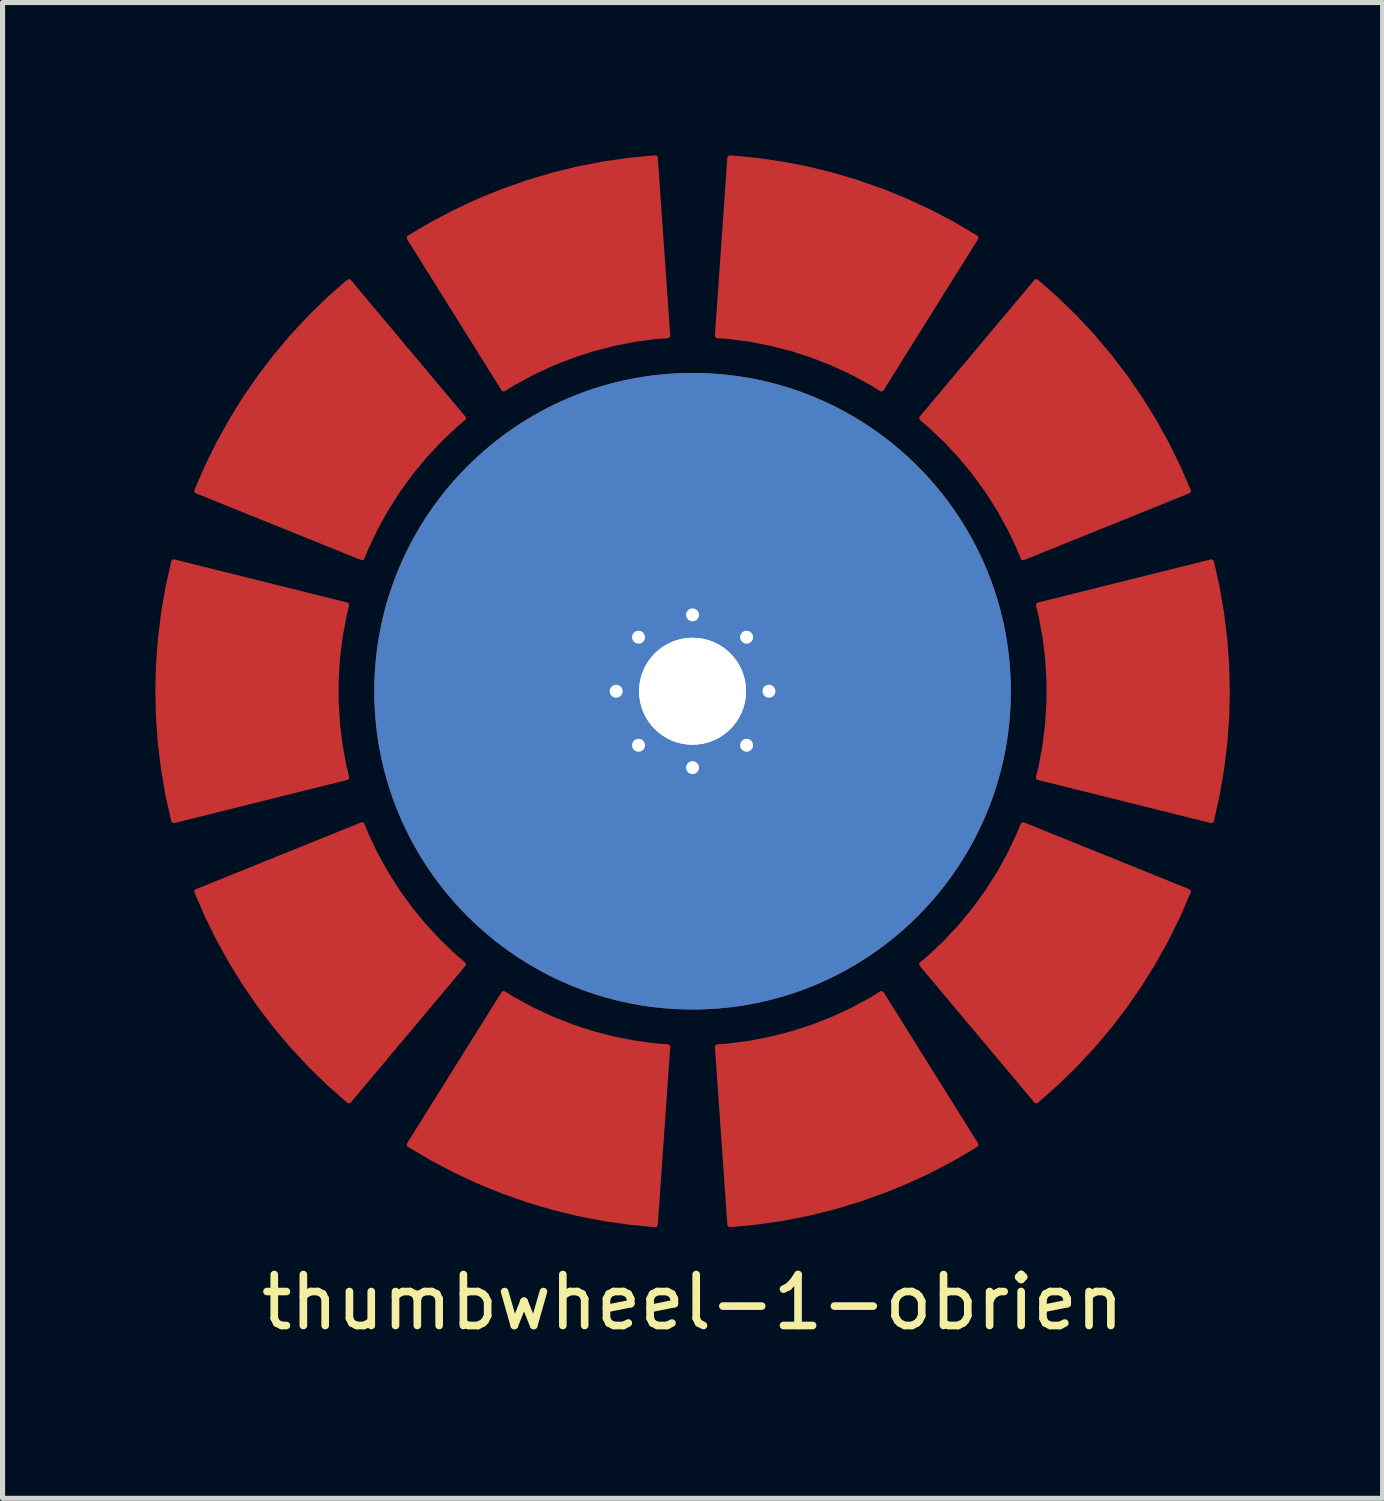
<source format=kicad_pcb>
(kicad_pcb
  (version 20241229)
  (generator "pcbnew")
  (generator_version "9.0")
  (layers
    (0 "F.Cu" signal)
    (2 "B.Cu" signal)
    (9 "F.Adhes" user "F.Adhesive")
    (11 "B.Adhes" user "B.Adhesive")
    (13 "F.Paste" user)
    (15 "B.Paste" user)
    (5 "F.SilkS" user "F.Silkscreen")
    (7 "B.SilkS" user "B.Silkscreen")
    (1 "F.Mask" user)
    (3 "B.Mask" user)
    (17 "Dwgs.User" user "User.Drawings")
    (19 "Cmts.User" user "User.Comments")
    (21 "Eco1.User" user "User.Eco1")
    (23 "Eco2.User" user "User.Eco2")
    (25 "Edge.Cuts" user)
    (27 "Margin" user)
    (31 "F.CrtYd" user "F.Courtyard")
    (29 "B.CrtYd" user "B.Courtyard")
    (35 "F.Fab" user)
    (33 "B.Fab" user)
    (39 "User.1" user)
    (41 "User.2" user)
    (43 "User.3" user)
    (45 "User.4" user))
  (footprint "thumbwheel-1-obrien"
    (layer "F.Cu")
    (at 10.55 10.524)
    (property "Reference" "thumbwheel-1-obrien" (at 0 12 0) (layer "F.SilkS") (effects (font (size 1 1) (thickness 0.15))))
    (attr through_hole)
    (pad "0" smd custom (at 2.704 -8.322 252) (size 3 3) (layers "F.Cu" "F.Mask") (options (anchor circle)) (primitives (gr_line (start -1.481 -2.362) (end 1.929 -1.575) (width 0.1)) (gr_line (start -1.73 0.641) (end 1.763 0.427) (width 0.1)) (gr_line (start -1.748 -0.183) (end 1.751 -0.122) (width 0.1)) (gr_line (start -1.746 0.275) (end 1.752 0.183) (width 0.1)) (gr_line (start -1.635 -1.552) (end 1.827 -1.035) (width 0.1)) (gr_arc (start -1.75 0) (mid -1.671735 -1.279628) (end -1.438105 -2.54018) (width 0.1)) (gr_line (start -1.724 0.732) (end 1.767 0.488) (width 0.1)) (gr_line (start -1.59 -1.823) (end 1.856 -1.216) (width 0.1)) (gr_line (start -1.621 1.643) (end 1.836 1.095) (width 0.1)) (gr_arc (start 1.75 0) (mid 1.802177 -0.853085) (end 1.95793 -1.693453) (width 0.1)) (gr_arc (start 1.95793 1.693453) (mid 1.802177 0.853085) (end 1.75 0) (width 0.1)) (gr_line (start -1.648 -1.461) (end 1.818 -0.974) (width 0.1)) (gr_line (start -1.748 0.183) (end 1.751 0.122) (width 0.1)) (gr_line (start -1.692 -1.098) (end 1.788 -0.732) (width 0.1)) (gr_line (start -1.438 2.54) (end 1.958 1.693) (width 0.1)) (gr_line (start -1.74 -0.458) (end 1.757 -0.305) (width 0.1)) (gr_line (start -1.574 1.913) (end 1.867 1.276) (width 0.1)) (gr_line (start -1.66 1.371) (end 1.81 0.914) (width 0.1)) (gr_line (start -1.683 1.189) (end 1.795 0.792) (width 0.1)) (gr_line (start -1.702 1.006) (end 1.782 0.671) (width 0.1)) (gr_line (start -1.75 -0.092) (end 1.75 -0.061) (width 0.1)) (gr_line (start -1.481 2.362) (end 1.929 1.575) (width 0.1)) (gr_line (start -1.539 -2.093) (end 1.891 -1.396) (width 0.1)) (gr_line (start -1.724 -0.732) (end 1.767 -0.488) (width 0.1)) (gr_line (start -1.718 -0.824) (end 1.772 -0.549) (width 0.1)) (gr_line (start -1.606 1.733) (end 1.846 1.155) (width 0.1)) (gr_line (start -1.648 1.461) (end 1.818 0.974) (width 0.1)) (gr_line (start -1.46 2.451) (end 1.943 1.634) (width 0.1)) (gr_line (start -1.71 0.915) (end 1.777 0.61) (width 0.1)) (gr_line (start -1.71 -0.915) (end 1.777 -0.61) (width 0.1)) (gr_line (start -1.744 -0.366) (end 1.754 -0.244) (width 0.1)) (gr_line (start -1.521 -2.183) (end 1.903 -1.455) (width 0.1)) (gr_line (start -1.746 -0.275) (end 1.752 -0.183) (width 0.1)) (gr_line (start -1.606 -1.733) (end 1.846 -1.155) (width 0.1)) (gr_line (start -1.75 0) (end 1.75 0) (width 0.1)) (gr_line (start -1.438 -2.54) (end 1.958 -1.693) (width 0.1)) (gr_line (start -1.74 0.458) (end 1.757 0.305) (width 0.1)) (gr_line (start -1.683 -1.189) (end 1.795 -0.792) (width 0.1)) (gr_line (start -1.702 -1.006) (end 1.782 -0.671) (width 0.1)) (gr_line (start -1.521 2.183) (end 1.903 1.455) (width 0.1)) (gr_line (start -1.46 -2.451) (end 1.943 -1.634) (width 0.1)) (gr_line (start -1.75 0.092) (end 1.75 0.061) (width 0.1)) (gr_line (start -1.73 -0.641) (end 1.763 -0.427) (width 0.1)) (gr_line (start -1.672 1.28) (end 1.802 0.853) (width 0.1)) (gr_line (start -1.59 1.823) (end 1.856 1.216) (width 0.1)) (gr_line (start -1.557 2.003) (end 1.879 1.336) (width 0.1)) (gr_arc (start -1.438105 2.54018) (mid -1.671734 1.279628) (end -1.75 0) (width 0.1)) (gr_line (start -1.621 -1.643) (end 1.836 -1.095) (width 0.1)) (gr_line (start -1.574 -1.913) (end 1.867 -1.276) (width 0.1)) (gr_line (start -1.692 1.098) (end 1.788 0.732) (width 0.1)) (gr_line (start -1.718 0.824) (end 1.772 0.549) (width 0.1)) (gr_line (start -1.736 0.55) (end 1.76 0.366) (width 0.1)) (gr_line (start -1.672 -1.28) (end 1.802 -0.853) (width 0.1)) (gr_line (start -1.635 1.552) (end 1.827 1.035) (width 0.1)) (gr_line (start -1.501 2.273) (end 1.916 1.515) (width 0.1)) (gr_line (start -1.557 -2.003) (end 1.879 -1.336) (width 0.1)) (gr_line (start -1.736 -0.55) (end 1.76 -0.366) (width 0.1)) (gr_line (start -1.501 -2.273) (end 1.916 -1.515) (width 0.1)) (gr_line (start -1.539 2.093) (end 1.891 1.396) (width 0.1)) (gr_line (start -1.744 0.366) (end 1.754 0.244) (width 0.1)) (gr_line (start -1.66 -1.371) (end 1.81 -0.914) (width 0.1))))
    (pad "1" smd custom (at 7.079 -5.143 216) (size 3 3) (layers "F.Cu" "F.Mask") (options (anchor circle)) (primitives (gr_line (start -1.481 -2.362) (end 1.929 -1.575) (width 0.1)) (gr_line (start -1.73 0.641) (end 1.763 0.427) (width 0.1)) (gr_line (start -1.748 -0.183) (end 1.751 -0.122) (width 0.1)) (gr_line (start -1.746 0.275) (end 1.752 0.183) (width 0.1)) (gr_line (start -1.635 -1.552) (end 1.827 -1.035) (width 0.1)) (gr_arc (start -1.75 0) (mid -1.671735 -1.279628) (end -1.438105 -2.54018) (width 0.1)) (gr_line (start -1.724 0.732) (end 1.767 0.488) (width 0.1)) (gr_line (start -1.59 -1.823) (end 1.856 -1.216) (width 0.1)) (gr_line (start -1.621 1.643) (end 1.836 1.095) (width 0.1)) (gr_arc (start 1.75 0) (mid 1.802177 -0.853085) (end 1.95793 -1.693453) (width 0.1)) (gr_arc (start 1.95793 1.693453) (mid 1.802177 0.853085) (end 1.75 0) (width 0.1)) (gr_line (start -1.648 -1.461) (end 1.818 -0.974) (width 0.1)) (gr_line (start -1.748 0.183) (end 1.751 0.122) (width 0.1)) (gr_line (start -1.692 -1.098) (end 1.788 -0.732) (width 0.1)) (gr_line (start -1.438 2.54) (end 1.958 1.693) (width 0.1)) (gr_line (start -1.74 -0.458) (end 1.757 -0.305) (width 0.1)) (gr_line (start -1.574 1.913) (end 1.867 1.276) (width 0.1)) (gr_line (start -1.66 1.371) (end 1.81 0.914) (width 0.1)) (gr_line (start -1.683 1.189) (end 1.795 0.792) (width 0.1)) (gr_line (start -1.702 1.006) (end 1.782 0.671) (width 0.1)) (gr_line (start -1.75 -0.092) (end 1.75 -0.061) (width 0.1)) (gr_line (start -1.481 2.362) (end 1.929 1.575) (width 0.1)) (gr_line (start -1.539 -2.093) (end 1.891 -1.396) (width 0.1)) (gr_line (start -1.724 -0.732) (end 1.767 -0.488) (width 0.1)) (gr_line (start -1.718 -0.824) (end 1.772 -0.549) (width 0.1)) (gr_line (start -1.606 1.733) (end 1.846 1.155) (width 0.1)) (gr_line (start -1.648 1.461) (end 1.818 0.974) (width 0.1)) (gr_line (start -1.46 2.451) (end 1.943 1.634) (width 0.1)) (gr_line (start -1.71 0.915) (end 1.777 0.61) (width 0.1)) (gr_line (start -1.71 -0.915) (end 1.777 -0.61) (width 0.1)) (gr_line (start -1.744 -0.366) (end 1.754 -0.244) (width 0.1)) (gr_line (start -1.521 -2.183) (end 1.903 -1.455) (width 0.1)) (gr_line (start -1.746 -0.275) (end 1.752 -0.183) (width 0.1)) (gr_line (start -1.606 -1.733) (end 1.846 -1.155) (width 0.1)) (gr_line (start -1.75 0) (end 1.75 0) (width 0.1)) (gr_line (start -1.438 -2.54) (end 1.958 -1.693) (width 0.1)) (gr_line (start -1.74 0.458) (end 1.757 0.305) (width 0.1)) (gr_line (start -1.683 -1.189) (end 1.795 -0.792) (width 0.1)) (gr_line (start -1.702 -1.006) (end 1.782 -0.671) (width 0.1)) (gr_line (start -1.521 2.183) (end 1.903 1.455) (width 0.1)) (gr_line (start -1.46 -2.451) (end 1.943 -1.634) (width 0.1)) (gr_line (start -1.75 0.092) (end 1.75 0.061) (width 0.1)) (gr_line (start -1.73 -0.641) (end 1.763 -0.427) (width 0.1)) (gr_line (start -1.672 1.28) (end 1.802 0.853) (width 0.1)) (gr_line (start -1.59 1.823) (end 1.856 1.216) (width 0.1)) (gr_line (start -1.557 2.003) (end 1.879 1.336) (width 0.1)) (gr_arc (start -1.438105 2.54018) (mid -1.671734 1.279628) (end -1.75 0) (width 0.1)) (gr_line (start -1.621 -1.643) (end 1.836 -1.095) (width 0.1)) (gr_line (start -1.574 -1.913) (end 1.867 -1.276) (width 0.1)) (gr_line (start -1.692 1.098) (end 1.788 0.732) (width 0.1)) (gr_line (start -1.718 0.824) (end 1.772 0.549) (width 0.1)) (gr_line (start -1.736 0.55) (end 1.76 0.366) (width 0.1)) (gr_line (start -1.672 -1.28) (end 1.802 -0.853) (width 0.1)) (gr_line (start -1.635 1.552) (end 1.827 1.035) (width 0.1)) (gr_line (start -1.501 2.273) (end 1.916 1.515) (width 0.1)) (gr_line (start -1.557 -2.003) (end 1.879 -1.336) (width 0.1)) (gr_line (start -1.736 -0.55) (end 1.76 -0.366) (width 0.1)) (gr_line (start -1.501 -2.273) (end 1.916 -1.515) (width 0.1)) (gr_line (start -1.539 2.093) (end 1.891 1.396) (width 0.1)) (gr_line (start -1.744 0.366) (end 1.754 0.244) (width 0.1)) (gr_line (start -1.66 -1.371) (end 1.81 -0.914) (width 0.1))))
    (pad "2" smd custom (at 8.75 0 180) (size 3 3) (layers "F.Cu" "F.Mask") (options (anchor circle)) (primitives (gr_line (start -1.481 -2.362) (end 1.929 -1.575) (width 0.1)) (gr_line (start -1.73 0.641) (end 1.763 0.427) (width 0.1)) (gr_line (start -1.748 -0.183) (end 1.751 -0.122) (width 0.1)) (gr_line (start -1.746 0.275) (end 1.752 0.183) (width 0.1)) (gr_line (start -1.635 -1.552) (end 1.827 -1.035) (width 0.1)) (gr_arc (start -1.75 0) (mid -1.671735 -1.279628) (end -1.438105 -2.54018) (width 0.1)) (gr_line (start -1.724 0.732) (end 1.767 0.488) (width 0.1)) (gr_line (start -1.59 -1.823) (end 1.856 -1.216) (width 0.1)) (gr_line (start -1.621 1.643) (end 1.836 1.095) (width 0.1)) (gr_arc (start 1.75 0) (mid 1.802177 -0.853085) (end 1.95793 -1.693453) (width 0.1)) (gr_arc (start 1.95793 1.693453) (mid 1.802177 0.853085) (end 1.75 0) (width 0.1)) (gr_line (start -1.648 -1.461) (end 1.818 -0.974) (width 0.1)) (gr_line (start -1.748 0.183) (end 1.751 0.122) (width 0.1)) (gr_line (start -1.692 -1.098) (end 1.788 -0.732) (width 0.1)) (gr_line (start -1.438 2.54) (end 1.958 1.693) (width 0.1)) (gr_line (start -1.74 -0.458) (end 1.757 -0.305) (width 0.1)) (gr_line (start -1.574 1.913) (end 1.867 1.276) (width 0.1)) (gr_line (start -1.66 1.371) (end 1.81 0.914) (width 0.1)) (gr_line (start -1.683 1.189) (end 1.795 0.792) (width 0.1)) (gr_line (start -1.702 1.006) (end 1.782 0.671) (width 0.1)) (gr_line (start -1.75 -0.092) (end 1.75 -0.061) (width 0.1)) (gr_line (start -1.481 2.362) (end 1.929 1.575) (width 0.1)) (gr_line (start -1.539 -2.093) (end 1.891 -1.396) (width 0.1)) (gr_line (start -1.724 -0.732) (end 1.767 -0.488) (width 0.1)) (gr_line (start -1.718 -0.824) (end 1.772 -0.549) (width 0.1)) (gr_line (start -1.606 1.733) (end 1.846 1.155) (width 0.1)) (gr_line (start -1.648 1.461) (end 1.818 0.974) (width 0.1)) (gr_line (start -1.46 2.451) (end 1.943 1.634) (width 0.1)) (gr_line (start -1.71 0.915) (end 1.777 0.61) (width 0.1)) (gr_line (start -1.71 -0.915) (end 1.777 -0.61) (width 0.1)) (gr_line (start -1.744 -0.366) (end 1.754 -0.244) (width 0.1)) (gr_line (start -1.521 -2.183) (end 1.903 -1.455) (width 0.1)) (gr_line (start -1.746 -0.275) (end 1.752 -0.183) (width 0.1)) (gr_line (start -1.606 -1.733) (end 1.846 -1.155) (width 0.1)) (gr_line (start -1.75 0) (end 1.75 0) (width 0.1)) (gr_line (start -1.438 -2.54) (end 1.958 -1.693) (width 0.1)) (gr_line (start -1.74 0.458) (end 1.757 0.305) (width 0.1)) (gr_line (start -1.683 -1.189) (end 1.795 -0.792) (width 0.1)) (gr_line (start -1.702 -1.006) (end 1.782 -0.671) (width 0.1)) (gr_line (start -1.521 2.183) (end 1.903 1.455) (width 0.1)) (gr_line (start -1.46 -2.451) (end 1.943 -1.634) (width 0.1)) (gr_line (start -1.75 0.092) (end 1.75 0.061) (width 0.1)) (gr_line (start -1.73 -0.641) (end 1.763 -0.427) (width 0.1)) (gr_line (start -1.672 1.28) (end 1.802 0.853) (width 0.1)) (gr_line (start -1.59 1.823) (end 1.856 1.216) (width 0.1)) (gr_line (start -1.557 2.003) (end 1.879 1.336) (width 0.1)) (gr_arc (start -1.438105 2.54018) (mid -1.671734 1.279628) (end -1.75 0) (width 0.1)) (gr_line (start -1.621 -1.643) (end 1.836 -1.095) (width 0.1)) (gr_line (start -1.574 -1.913) (end 1.867 -1.276) (width 0.1)) (gr_line (start -1.692 1.098) (end 1.788 0.732) (width 0.1)) (gr_line (start -1.718 0.824) (end 1.772 0.549) (width 0.1)) (gr_line (start -1.736 0.55) (end 1.76 0.366) (width 0.1)) (gr_line (start -1.672 -1.28) (end 1.802 -0.853) (width 0.1)) (gr_line (start -1.635 1.552) (end 1.827 1.035) (width 0.1)) (gr_line (start -1.501 2.273) (end 1.916 1.515) (width 0.1)) (gr_line (start -1.557 -2.003) (end 1.879 -1.336) (width 0.1)) (gr_line (start -1.736 -0.55) (end 1.76 -0.366) (width 0.1)) (gr_line (start -1.501 -2.273) (end 1.916 -1.515) (width 0.1)) (gr_line (start -1.539 2.093) (end 1.891 1.396) (width 0.1)) (gr_line (start -1.744 0.366) (end 1.754 0.244) (width 0.1)) (gr_line (start -1.66 -1.371) (end 1.81 -0.914) (width 0.1))))
    (pad "3" smd custom (at 7.079 5.143 144) (size 3 3) (layers "F.Cu" "F.Mask") (options (anchor circle)) (primitives (gr_line (start -1.481 -2.362) (end 1.929 -1.575) (width 0.1)) (gr_line (start -1.73 0.641) (end 1.763 0.427) (width 0.1)) (gr_line (start -1.748 -0.183) (end 1.751 -0.122) (width 0.1)) (gr_line (start -1.746 0.275) (end 1.752 0.183) (width 0.1)) (gr_line (start -1.635 -1.552) (end 1.827 -1.035) (width 0.1)) (gr_arc (start -1.75 0) (mid -1.671735 -1.279628) (end -1.438105 -2.54018) (width 0.1)) (gr_line (start -1.724 0.732) (end 1.767 0.488) (width 0.1)) (gr_line (start -1.59 -1.823) (end 1.856 -1.216) (width 0.1)) (gr_line (start -1.621 1.643) (end 1.836 1.095) (width 0.1)) (gr_arc (start 1.75 0) (mid 1.802177 -0.853085) (end 1.95793 -1.693453) (width 0.1)) (gr_arc (start 1.95793 1.693453) (mid 1.802177 0.853085) (end 1.75 0) (width 0.1)) (gr_line (start -1.648 -1.461) (end 1.818 -0.974) (width 0.1)) (gr_line (start -1.748 0.183) (end 1.751 0.122) (width 0.1)) (gr_line (start -1.692 -1.098) (end 1.788 -0.732) (width 0.1)) (gr_line (start -1.438 2.54) (end 1.958 1.693) (width 0.1)) (gr_line (start -1.74 -0.458) (end 1.757 -0.305) (width 0.1)) (gr_line (start -1.574 1.913) (end 1.867 1.276) (width 0.1)) (gr_line (start -1.66 1.371) (end 1.81 0.914) (width 0.1)) (gr_line (start -1.683 1.189) (end 1.795 0.792) (width 0.1)) (gr_line (start -1.702 1.006) (end 1.782 0.671) (width 0.1)) (gr_line (start -1.75 -0.092) (end 1.75 -0.061) (width 0.1)) (gr_line (start -1.481 2.362) (end 1.929 1.575) (width 0.1)) (gr_line (start -1.539 -2.093) (end 1.891 -1.396) (width 0.1)) (gr_line (start -1.724 -0.732) (end 1.767 -0.488) (width 0.1)) (gr_line (start -1.718 -0.824) (end 1.772 -0.549) (width 0.1)) (gr_line (start -1.606 1.733) (end 1.846 1.155) (width 0.1)) (gr_line (start -1.648 1.461) (end 1.818 0.974) (width 0.1)) (gr_line (start -1.46 2.451) (end 1.943 1.634) (width 0.1)) (gr_line (start -1.71 0.915) (end 1.777 0.61) (width 0.1)) (gr_line (start -1.71 -0.915) (end 1.777 -0.61) (width 0.1)) (gr_line (start -1.744 -0.366) (end 1.754 -0.244) (width 0.1)) (gr_line (start -1.521 -2.183) (end 1.903 -1.455) (width 0.1)) (gr_line (start -1.746 -0.275) (end 1.752 -0.183) (width 0.1)) (gr_line (start -1.606 -1.733) (end 1.846 -1.155) (width 0.1)) (gr_line (start -1.75 0) (end 1.75 0) (width 0.1)) (gr_line (start -1.438 -2.54) (end 1.958 -1.693) (width 0.1)) (gr_line (start -1.74 0.458) (end 1.757 0.305) (width 0.1)) (gr_line (start -1.683 -1.189) (end 1.795 -0.792) (width 0.1)) (gr_line (start -1.702 -1.006) (end 1.782 -0.671) (width 0.1)) (gr_line (start -1.521 2.183) (end 1.903 1.455) (width 0.1)) (gr_line (start -1.46 -2.451) (end 1.943 -1.634) (width 0.1)) (gr_line (start -1.75 0.092) (end 1.75 0.061) (width 0.1)) (gr_line (start -1.73 -0.641) (end 1.763 -0.427) (width 0.1)) (gr_line (start -1.672 1.28) (end 1.802 0.853) (width 0.1)) (gr_line (start -1.59 1.823) (end 1.856 1.216) (width 0.1)) (gr_line (start -1.557 2.003) (end 1.879 1.336) (width 0.1)) (gr_arc (start -1.438105 2.54018) (mid -1.671734 1.279628) (end -1.75 0) (width 0.1)) (gr_line (start -1.621 -1.643) (end 1.836 -1.095) (width 0.1)) (gr_line (start -1.574 -1.913) (end 1.867 -1.276) (width 0.1)) (gr_line (start -1.692 1.098) (end 1.788 0.732) (width 0.1)) (gr_line (start -1.718 0.824) (end 1.772 0.549) (width 0.1)) (gr_line (start -1.736 0.55) (end 1.76 0.366) (width 0.1)) (gr_line (start -1.672 -1.28) (end 1.802 -0.853) (width 0.1)) (gr_line (start -1.635 1.552) (end 1.827 1.035) (width 0.1)) (gr_line (start -1.501 2.273) (end 1.916 1.515) (width 0.1)) (gr_line (start -1.557 -2.003) (end 1.879 -1.336) (width 0.1)) (gr_line (start -1.736 -0.55) (end 1.76 -0.366) (width 0.1)) (gr_line (start -1.501 -2.273) (end 1.916 -1.515) (width 0.1)) (gr_line (start -1.539 2.093) (end 1.891 1.396) (width 0.1)) (gr_line (start -1.744 0.366) (end 1.754 0.244) (width 0.1)) (gr_line (start -1.66 -1.371) (end 1.81 -0.914) (width 0.1))))
    (pad "4" smd custom (at 2.704 8.322 108) (size 3 3) (layers "F.Cu" "F.Mask") (options (anchor circle)) (primitives (gr_line (start -1.481 -2.362) (end 1.929 -1.575) (width 0.1)) (gr_line (start -1.73 0.641) (end 1.763 0.427) (width 0.1)) (gr_line (start -1.748 -0.183) (end 1.751 -0.122) (width 0.1)) (gr_line (start -1.746 0.275) (end 1.752 0.183) (width 0.1)) (gr_line (start -1.635 -1.552) (end 1.827 -1.035) (width 0.1)) (gr_arc (start -1.75 0) (mid -1.671735 -1.279628) (end -1.438105 -2.54018) (width 0.1)) (gr_line (start -1.724 0.732) (end 1.767 0.488) (width 0.1)) (gr_line (start -1.59 -1.823) (end 1.856 -1.216) (width 0.1)) (gr_line (start -1.621 1.643) (end 1.836 1.095) (width 0.1)) (gr_arc (start 1.75 0) (mid 1.802177 -0.853085) (end 1.95793 -1.693453) (width 0.1)) (gr_arc (start 1.95793 1.693453) (mid 1.802177 0.853085) (end 1.75 0) (width 0.1)) (gr_line (start -1.648 -1.461) (end 1.818 -0.974) (width 0.1)) (gr_line (start -1.748 0.183) (end 1.751 0.122) (width 0.1)) (gr_line (start -1.692 -1.098) (end 1.788 -0.732) (width 0.1)) (gr_line (start -1.438 2.54) (end 1.958 1.693) (width 0.1)) (gr_line (start -1.74 -0.458) (end 1.757 -0.305) (width 0.1)) (gr_line (start -1.574 1.913) (end 1.867 1.276) (width 0.1)) (gr_line (start -1.66 1.371) (end 1.81 0.914) (width 0.1)) (gr_line (start -1.683 1.189) (end 1.795 0.792) (width 0.1)) (gr_line (start -1.702 1.006) (end 1.782 0.671) (width 0.1)) (gr_line (start -1.75 -0.092) (end 1.75 -0.061) (width 0.1)) (gr_line (start -1.481 2.362) (end 1.929 1.575) (width 0.1)) (gr_line (start -1.539 -2.093) (end 1.891 -1.396) (width 0.1)) (gr_line (start -1.724 -0.732) (end 1.767 -0.488) (width 0.1)) (gr_line (start -1.718 -0.824) (end 1.772 -0.549) (width 0.1)) (gr_line (start -1.606 1.733) (end 1.846 1.155) (width 0.1)) (gr_line (start -1.648 1.461) (end 1.818 0.974) (width 0.1)) (gr_line (start -1.46 2.451) (end 1.943 1.634) (width 0.1)) (gr_line (start -1.71 0.915) (end 1.777 0.61) (width 0.1)) (gr_line (start -1.71 -0.915) (end 1.777 -0.61) (width 0.1)) (gr_line (start -1.744 -0.366) (end 1.754 -0.244) (width 0.1)) (gr_line (start -1.521 -2.183) (end 1.903 -1.455) (width 0.1)) (gr_line (start -1.746 -0.275) (end 1.752 -0.183) (width 0.1)) (gr_line (start -1.606 -1.733) (end 1.846 -1.155) (width 0.1)) (gr_line (start -1.75 0) (end 1.75 0) (width 0.1)) (gr_line (start -1.438 -2.54) (end 1.958 -1.693) (width 0.1)) (gr_line (start -1.74 0.458) (end 1.757 0.305) (width 0.1)) (gr_line (start -1.683 -1.189) (end 1.795 -0.792) (width 0.1)) (gr_line (start -1.702 -1.006) (end 1.782 -0.671) (width 0.1)) (gr_line (start -1.521 2.183) (end 1.903 1.455) (width 0.1)) (gr_line (start -1.46 -2.451) (end 1.943 -1.634) (width 0.1)) (gr_line (start -1.75 0.092) (end 1.75 0.061) (width 0.1)) (gr_line (start -1.73 -0.641) (end 1.763 -0.427) (width 0.1)) (gr_line (start -1.672 1.28) (end 1.802 0.853) (width 0.1)) (gr_line (start -1.59 1.823) (end 1.856 1.216) (width 0.1)) (gr_line (start -1.557 2.003) (end 1.879 1.336) (width 0.1)) (gr_arc (start -1.438105 2.54018) (mid -1.671734 1.279628) (end -1.75 0) (width 0.1)) (gr_line (start -1.621 -1.643) (end 1.836 -1.095) (width 0.1)) (gr_line (start -1.574 -1.913) (end 1.867 -1.276) (width 0.1)) (gr_line (start -1.692 1.098) (end 1.788 0.732) (width 0.1)) (gr_line (start -1.718 0.824) (end 1.772 0.549) (width 0.1)) (gr_line (start -1.736 0.55) (end 1.76 0.366) (width 0.1)) (gr_line (start -1.672 -1.28) (end 1.802 -0.853) (width 0.1)) (gr_line (start -1.635 1.552) (end 1.827 1.035) (width 0.1)) (gr_line (start -1.501 2.273) (end 1.916 1.515) (width 0.1)) (gr_line (start -1.557 -2.003) (end 1.879 -1.336) (width 0.1)) (gr_line (start -1.736 -0.55) (end 1.76 -0.366) (width 0.1)) (gr_line (start -1.501 -2.273) (end 1.916 -1.515) (width 0.1)) (gr_line (start -1.539 2.093) (end 1.891 1.396) (width 0.1)) (gr_line (start -1.744 0.366) (end 1.754 0.244) (width 0.1)) (gr_line (start -1.66 -1.371) (end 1.81 -0.914) (width 0.1))))
    (pad "5" smd custom (at -2.704 8.322 72) (size 3 3) (layers "F.Cu" "F.Mask") (options (anchor circle)) (primitives (gr_line (start -1.481 -2.362) (end 1.929 -1.575) (width 0.1)) (gr_line (start -1.73 0.641) (end 1.763 0.427) (width 0.1)) (gr_line (start -1.748 -0.183) (end 1.751 -0.122) (width 0.1)) (gr_line (start -1.746 0.275) (end 1.752 0.183) (width 0.1)) (gr_line (start -1.635 -1.552) (end 1.827 -1.035) (width 0.1)) (gr_arc (start -1.75 0) (mid -1.671735 -1.279628) (end -1.438105 -2.54018) (width 0.1)) (gr_line (start -1.724 0.732) (end 1.767 0.488) (width 0.1)) (gr_line (start -1.59 -1.823) (end 1.856 -1.216) (width 0.1)) (gr_line (start -1.621 1.643) (end 1.836 1.095) (width 0.1)) (gr_arc (start 1.75 0) (mid 1.802177 -0.853085) (end 1.95793 -1.693453) (width 0.1)) (gr_arc (start 1.95793 1.693453) (mid 1.802177 0.853085) (end 1.75 0) (width 0.1)) (gr_line (start -1.648 -1.461) (end 1.818 -0.974) (width 0.1)) (gr_line (start -1.748 0.183) (end 1.751 0.122) (width 0.1)) (gr_line (start -1.692 -1.098) (end 1.788 -0.732) (width 0.1)) (gr_line (start -1.438 2.54) (end 1.958 1.693) (width 0.1)) (gr_line (start -1.74 -0.458) (end 1.757 -0.305) (width 0.1)) (gr_line (start -1.574 1.913) (end 1.867 1.276) (width 0.1)) (gr_line (start -1.66 1.371) (end 1.81 0.914) (width 0.1)) (gr_line (start -1.683 1.189) (end 1.795 0.792) (width 0.1)) (gr_line (start -1.702 1.006) (end 1.782 0.671) (width 0.1)) (gr_line (start -1.75 -0.092) (end 1.75 -0.061) (width 0.1)) (gr_line (start -1.481 2.362) (end 1.929 1.575) (width 0.1)) (gr_line (start -1.539 -2.093) (end 1.891 -1.396) (width 0.1)) (gr_line (start -1.724 -0.732) (end 1.767 -0.488) (width 0.1)) (gr_line (start -1.718 -0.824) (end 1.772 -0.549) (width 0.1)) (gr_line (start -1.606 1.733) (end 1.846 1.155) (width 0.1)) (gr_line (start -1.648 1.461) (end 1.818 0.974) (width 0.1)) (gr_line (start -1.46 2.451) (end 1.943 1.634) (width 0.1)) (gr_line (start -1.71 0.915) (end 1.777 0.61) (width 0.1)) (gr_line (start -1.71 -0.915) (end 1.777 -0.61) (width 0.1)) (gr_line (start -1.744 -0.366) (end 1.754 -0.244) (width 0.1)) (gr_line (start -1.521 -2.183) (end 1.903 -1.455) (width 0.1)) (gr_line (start -1.746 -0.275) (end 1.752 -0.183) (width 0.1)) (gr_line (start -1.606 -1.733) (end 1.846 -1.155) (width 0.1)) (gr_line (start -1.75 0) (end 1.75 0) (width 0.1)) (gr_line (start -1.438 -2.54) (end 1.958 -1.693) (width 0.1)) (gr_line (start -1.74 0.458) (end 1.757 0.305) (width 0.1)) (gr_line (start -1.683 -1.189) (end 1.795 -0.792) (width 0.1)) (gr_line (start -1.702 -1.006) (end 1.782 -0.671) (width 0.1)) (gr_line (start -1.521 2.183) (end 1.903 1.455) (width 0.1)) (gr_line (start -1.46 -2.451) (end 1.943 -1.634) (width 0.1)) (gr_line (start -1.75 0.092) (end 1.75 0.061) (width 0.1)) (gr_line (start -1.73 -0.641) (end 1.763 -0.427) (width 0.1)) (gr_line (start -1.672 1.28) (end 1.802 0.853) (width 0.1)) (gr_line (start -1.59 1.823) (end 1.856 1.216) (width 0.1)) (gr_line (start -1.557 2.003) (end 1.879 1.336) (width 0.1)) (gr_arc (start -1.438105 2.54018) (mid -1.671734 1.279628) (end -1.75 0) (width 0.1)) (gr_line (start -1.621 -1.643) (end 1.836 -1.095) (width 0.1)) (gr_line (start -1.574 -1.913) (end 1.867 -1.276) (width 0.1)) (gr_line (start -1.692 1.098) (end 1.788 0.732) (width 0.1)) (gr_line (start -1.718 0.824) (end 1.772 0.549) (width 0.1)) (gr_line (start -1.736 0.55) (end 1.76 0.366) (width 0.1)) (gr_line (start -1.672 -1.28) (end 1.802 -0.853) (width 0.1)) (gr_line (start -1.635 1.552) (end 1.827 1.035) (width 0.1)) (gr_line (start -1.501 2.273) (end 1.916 1.515) (width 0.1)) (gr_line (start -1.557 -2.003) (end 1.879 -1.336) (width 0.1)) (gr_line (start -1.736 -0.55) (end 1.76 -0.366) (width 0.1)) (gr_line (start -1.501 -2.273) (end 1.916 -1.515) (width 0.1)) (gr_line (start -1.539 2.093) (end 1.891 1.396) (width 0.1)) (gr_line (start -1.744 0.366) (end 1.754 0.244) (width 0.1)) (gr_line (start -1.66 -1.371) (end 1.81 -0.914) (width 0.1))))
    (pad "6" smd custom (at -7.079 5.143 36) (size 3 3) (layers "F.Cu" "F.Mask") (options (anchor circle)) (primitives (gr_line (start -1.481 -2.362) (end 1.929 -1.575) (width 0.1)) (gr_line (start -1.73 0.641) (end 1.763 0.427) (width 0.1)) (gr_line (start -1.748 -0.183) (end 1.751 -0.122) (width 0.1)) (gr_line (start -1.746 0.275) (end 1.752 0.183) (width 0.1)) (gr_line (start -1.635 -1.552) (end 1.827 -1.035) (width 0.1)) (gr_arc (start -1.75 0) (mid -1.671735 -1.279628) (end -1.438105 -2.54018) (width 0.1)) (gr_line (start -1.724 0.732) (end 1.767 0.488) (width 0.1)) (gr_line (start -1.59 -1.823) (end 1.856 -1.216) (width 0.1)) (gr_line (start -1.621 1.643) (end 1.836 1.095) (width 0.1)) (gr_arc (start 1.75 0) (mid 1.802177 -0.853085) (end 1.95793 -1.693453) (width 0.1)) (gr_arc (start 1.95793 1.693453) (mid 1.802177 0.853085) (end 1.75 0) (width 0.1)) (gr_line (start -1.648 -1.461) (end 1.818 -0.974) (width 0.1)) (gr_line (start -1.748 0.183) (end 1.751 0.122) (width 0.1)) (gr_line (start -1.692 -1.098) (end 1.788 -0.732) (width 0.1)) (gr_line (start -1.438 2.54) (end 1.958 1.693) (width 0.1)) (gr_line (start -1.74 -0.458) (end 1.757 -0.305) (width 0.1)) (gr_line (start -1.574 1.913) (end 1.867 1.276) (width 0.1)) (gr_line (start -1.66 1.371) (end 1.81 0.914) (width 0.1)) (gr_line (start -1.683 1.189) (end 1.795 0.792) (width 0.1)) (gr_line (start -1.702 1.006) (end 1.782 0.671) (width 0.1)) (gr_line (start -1.75 -0.092) (end 1.75 -0.061) (width 0.1)) (gr_line (start -1.481 2.362) (end 1.929 1.575) (width 0.1)) (gr_line (start -1.539 -2.093) (end 1.891 -1.396) (width 0.1)) (gr_line (start -1.724 -0.732) (end 1.767 -0.488) (width 0.1)) (gr_line (start -1.718 -0.824) (end 1.772 -0.549) (width 0.1)) (gr_line (start -1.606 1.733) (end 1.846 1.155) (width 0.1)) (gr_line (start -1.648 1.461) (end 1.818 0.974) (width 0.1)) (gr_line (start -1.46 2.451) (end 1.943 1.634) (width 0.1)) (gr_line (start -1.71 0.915) (end 1.777 0.61) (width 0.1)) (gr_line (start -1.71 -0.915) (end 1.777 -0.61) (width 0.1)) (gr_line (start -1.744 -0.366) (end 1.754 -0.244) (width 0.1)) (gr_line (start -1.521 -2.183) (end 1.903 -1.455) (width 0.1)) (gr_line (start -1.746 -0.275) (end 1.752 -0.183) (width 0.1)) (gr_line (start -1.606 -1.733) (end 1.846 -1.155) (width 0.1)) (gr_line (start -1.75 0) (end 1.75 0) (width 0.1)) (gr_line (start -1.438 -2.54) (end 1.958 -1.693) (width 0.1)) (gr_line (start -1.74 0.458) (end 1.757 0.305) (width 0.1)) (gr_line (start -1.683 -1.189) (end 1.795 -0.792) (width 0.1)) (gr_line (start -1.702 -1.006) (end 1.782 -0.671) (width 0.1)) (gr_line (start -1.521 2.183) (end 1.903 1.455) (width 0.1)) (gr_line (start -1.46 -2.451) (end 1.943 -1.634) (width 0.1)) (gr_line (start -1.75 0.092) (end 1.75 0.061) (width 0.1)) (gr_line (start -1.73 -0.641) (end 1.763 -0.427) (width 0.1)) (gr_line (start -1.672 1.28) (end 1.802 0.853) (width 0.1)) (gr_line (start -1.59 1.823) (end 1.856 1.216) (width 0.1)) (gr_line (start -1.557 2.003) (end 1.879 1.336) (width 0.1)) (gr_arc (start -1.438105 2.54018) (mid -1.671734 1.279628) (end -1.75 0) (width 0.1)) (gr_line (start -1.621 -1.643) (end 1.836 -1.095) (width 0.1)) (gr_line (start -1.574 -1.913) (end 1.867 -1.276) (width 0.1)) (gr_line (start -1.692 1.098) (end 1.788 0.732) (width 0.1)) (gr_line (start -1.718 0.824) (end 1.772 0.549) (width 0.1)) (gr_line (start -1.736 0.55) (end 1.76 0.366) (width 0.1)) (gr_line (start -1.672 -1.28) (end 1.802 -0.853) (width 0.1)) (gr_line (start -1.635 1.552) (end 1.827 1.035) (width 0.1)) (gr_line (start -1.501 2.273) (end 1.916 1.515) (width 0.1)) (gr_line (start -1.557 -2.003) (end 1.879 -1.336) (width 0.1)) (gr_line (start -1.736 -0.55) (end 1.76 -0.366) (width 0.1)) (gr_line (start -1.501 -2.273) (end 1.916 -1.515) (width 0.1)) (gr_line (start -1.539 2.093) (end 1.891 1.396) (width 0.1)) (gr_line (start -1.744 0.366) (end 1.754 0.244) (width 0.1)) (gr_line (start -1.66 -1.371) (end 1.81 -0.914) (width 0.1))))
    (pad "7" smd custom (at -8.75 0) (size 3 3) (layers "F.Cu" "F.Mask") (options (anchor circle)) (primitives (gr_line (start -1.481 -2.362) (end 1.929 -1.575) (width 0.1)) (gr_line (start -1.73 0.641) (end 1.763 0.427) (width 0.1)) (gr_line (start -1.748 -0.183) (end 1.751 -0.122) (width 0.1)) (gr_line (start -1.746 0.275) (end 1.752 0.183) (width 0.1)) (gr_line (start -1.635 -1.552) (end 1.827 -1.035) (width 0.1)) (gr_arc (start -1.75 0) (mid -1.671735 -1.279628) (end -1.438105 -2.54018) (width 0.1)) (gr_line (start -1.724 0.732) (end 1.767 0.488) (width 0.1)) (gr_line (start -1.59 -1.823) (end 1.856 -1.216) (width 0.1)) (gr_line (start -1.621 1.643) (end 1.836 1.095) (width 0.1)) (gr_arc (start 1.75 0) (mid 1.802177 -0.853085) (end 1.95793 -1.693453) (width 0.1)) (gr_arc (start 1.95793 1.693453) (mid 1.802177 0.853085) (end 1.75 0) (width 0.1)) (gr_line (start -1.648 -1.461) (end 1.818 -0.974) (width 0.1)) (gr_line (start -1.748 0.183) (end 1.751 0.122) (width 0.1)) (gr_line (start -1.692 -1.098) (end 1.788 -0.732) (width 0.1)) (gr_line (start -1.438 2.54) (end 1.958 1.693) (width 0.1)) (gr_line (start -1.74 -0.458) (end 1.757 -0.305) (width 0.1)) (gr_line (start -1.574 1.913) (end 1.867 1.276) (width 0.1)) (gr_line (start -1.66 1.371) (end 1.81 0.914) (width 0.1)) (gr_line (start -1.683 1.189) (end 1.795 0.792) (width 0.1)) (gr_line (start -1.702 1.006) (end 1.782 0.671) (width 0.1)) (gr_line (start -1.75 -0.092) (end 1.75 -0.061) (width 0.1)) (gr_line (start -1.481 2.362) (end 1.929 1.575) (width 0.1)) (gr_line (start -1.539 -2.093) (end 1.891 -1.396) (width 0.1)) (gr_line (start -1.724 -0.732) (end 1.767 -0.488) (width 0.1)) (gr_line (start -1.718 -0.824) (end 1.772 -0.549) (width 0.1)) (gr_line (start -1.606 1.733) (end 1.846 1.155) (width 0.1)) (gr_line (start -1.648 1.461) (end 1.818 0.974) (width 0.1)) (gr_line (start -1.46 2.451) (end 1.943 1.634) (width 0.1)) (gr_line (start -1.71 0.915) (end 1.777 0.61) (width 0.1)) (gr_line (start -1.71 -0.915) (end 1.777 -0.61) (width 0.1)) (gr_line (start -1.744 -0.366) (end 1.754 -0.244) (width 0.1)) (gr_line (start -1.521 -2.183) (end 1.903 -1.455) (width 0.1)) (gr_line (start -1.746 -0.275) (end 1.752 -0.183) (width 0.1)) (gr_line (start -1.606 -1.733) (end 1.846 -1.155) (width 0.1)) (gr_line (start -1.75 0) (end 1.75 0) (width 0.1)) (gr_line (start -1.438 -2.54) (end 1.958 -1.693) (width 0.1)) (gr_line (start -1.74 0.458) (end 1.757 0.305) (width 0.1)) (gr_line (start -1.683 -1.189) (end 1.795 -0.792) (width 0.1)) (gr_line (start -1.702 -1.006) (end 1.782 -0.671) (width 0.1)) (gr_line (start -1.521 2.183) (end 1.903 1.455) (width 0.1)) (gr_line (start -1.46 -2.451) (end 1.943 -1.634) (width 0.1)) (gr_line (start -1.75 0.092) (end 1.75 0.061) (width 0.1)) (gr_line (start -1.73 -0.641) (end 1.763 -0.427) (width 0.1)) (gr_line (start -1.672 1.28) (end 1.802 0.853) (width 0.1)) (gr_line (start -1.59 1.823) (end 1.856 1.216) (width 0.1)) (gr_line (start -1.557 2.003) (end 1.879 1.336) (width 0.1)) (gr_arc (start -1.438105 2.54018) (mid -1.671734 1.279628) (end -1.75 0) (width 0.1)) (gr_line (start -1.621 -1.643) (end 1.836 -1.095) (width 0.1)) (gr_line (start -1.574 -1.913) (end 1.867 -1.276) (width 0.1)) (gr_line (start -1.692 1.098) (end 1.788 0.732) (width 0.1)) (gr_line (start -1.718 0.824) (end 1.772 0.549) (width 0.1)) (gr_line (start -1.736 0.55) (end 1.76 0.366) (width 0.1)) (gr_line (start -1.672 -1.28) (end 1.802 -0.853) (width 0.1)) (gr_line (start -1.635 1.552) (end 1.827 1.035) (width 0.1)) (gr_line (start -1.501 2.273) (end 1.916 1.515) (width 0.1)) (gr_line (start -1.557 -2.003) (end 1.879 -1.336) (width 0.1)) (gr_line (start -1.736 -0.55) (end 1.76 -0.366) (width 0.1)) (gr_line (start -1.501 -2.273) (end 1.916 -1.515) (width 0.1)) (gr_line (start -1.539 2.093) (end 1.891 1.396) (width 0.1)) (gr_line (start -1.744 0.366) (end 1.754 0.244) (width 0.1)) (gr_line (start -1.66 -1.371) (end 1.81 -0.914) (width 0.1))))
    (pad "8" smd custom (at -7.079 -5.143 324) (size 3 3) (layers "F.Cu" "F.Mask") (options (anchor circle)) (primitives (gr_line (start -1.481 -2.362) (end 1.929 -1.575) (width 0.1)) (gr_line (start -1.73 0.641) (end 1.763 0.427) (width 0.1)) (gr_line (start -1.748 -0.183) (end 1.751 -0.122) (width 0.1)) (gr_line (start -1.746 0.275) (end 1.752 0.183) (width 0.1)) (gr_line (start -1.635 -1.552) (end 1.827 -1.035) (width 0.1)) (gr_arc (start -1.75 0) (mid -1.671735 -1.279628) (end -1.438105 -2.54018) (width 0.1)) (gr_line (start -1.724 0.732) (end 1.767 0.488) (width 0.1)) (gr_line (start -1.59 -1.823) (end 1.856 -1.216) (width 0.1)) (gr_line (start -1.621 1.643) (end 1.836 1.095) (width 0.1)) (gr_arc (start 1.75 0) (mid 1.802177 -0.853085) (end 1.95793 -1.693453) (width 0.1)) (gr_arc (start 1.95793 1.693453) (mid 1.802177 0.853085) (end 1.75 0) (width 0.1)) (gr_line (start -1.648 -1.461) (end 1.818 -0.974) (width 0.1)) (gr_line (start -1.748 0.183) (end 1.751 0.122) (width 0.1)) (gr_line (start -1.692 -1.098) (end 1.788 -0.732) (width 0.1)) (gr_line (start -1.438 2.54) (end 1.958 1.693) (width 0.1)) (gr_line (start -1.74 -0.458) (end 1.757 -0.305) (width 0.1)) (gr_line (start -1.574 1.913) (end 1.867 1.276) (width 0.1)) (gr_line (start -1.66 1.371) (end 1.81 0.914) (width 0.1)) (gr_line (start -1.683 1.189) (end 1.795 0.792) (width 0.1)) (gr_line (start -1.702 1.006) (end 1.782 0.671) (width 0.1)) (gr_line (start -1.75 -0.092) (end 1.75 -0.061) (width 0.1)) (gr_line (start -1.481 2.362) (end 1.929 1.575) (width 0.1)) (gr_line (start -1.539 -2.093) (end 1.891 -1.396) (width 0.1)) (gr_line (start -1.724 -0.732) (end 1.767 -0.488) (width 0.1)) (gr_line (start -1.718 -0.824) (end 1.772 -0.549) (width 0.1)) (gr_line (start -1.606 1.733) (end 1.846 1.155) (width 0.1)) (gr_line (start -1.648 1.461) (end 1.818 0.974) (width 0.1)) (gr_line (start -1.46 2.451) (end 1.943 1.634) (width 0.1)) (gr_line (start -1.71 0.915) (end 1.777 0.61) (width 0.1)) (gr_line (start -1.71 -0.915) (end 1.777 -0.61) (width 0.1)) (gr_line (start -1.744 -0.366) (end 1.754 -0.244) (width 0.1)) (gr_line (start -1.521 -2.183) (end 1.903 -1.455) (width 0.1)) (gr_line (start -1.746 -0.275) (end 1.752 -0.183) (width 0.1)) (gr_line (start -1.606 -1.733) (end 1.846 -1.155) (width 0.1)) (gr_line (start -1.75 0) (end 1.75 0) (width 0.1)) (gr_line (start -1.438 -2.54) (end 1.958 -1.693) (width 0.1)) (gr_line (start -1.74 0.458) (end 1.757 0.305) (width 0.1)) (gr_line (start -1.683 -1.189) (end 1.795 -0.792) (width 0.1)) (gr_line (start -1.702 -1.006) (end 1.782 -0.671) (width 0.1)) (gr_line (start -1.521 2.183) (end 1.903 1.455) (width 0.1)) (gr_line (start -1.46 -2.451) (end 1.943 -1.634) (width 0.1)) (gr_line (start -1.75 0.092) (end 1.75 0.061) (width 0.1)) (gr_line (start -1.73 -0.641) (end 1.763 -0.427) (width 0.1)) (gr_line (start -1.672 1.28) (end 1.802 0.853) (width 0.1)) (gr_line (start -1.59 1.823) (end 1.856 1.216) (width 0.1)) (gr_line (start -1.557 2.003) (end 1.879 1.336) (width 0.1)) (gr_arc (start -1.438105 2.54018) (mid -1.671734 1.279628) (end -1.75 0) (width 0.1)) (gr_line (start -1.621 -1.643) (end 1.836 -1.095) (width 0.1)) (gr_line (start -1.574 -1.913) (end 1.867 -1.276) (width 0.1)) (gr_line (start -1.692 1.098) (end 1.788 0.732) (width 0.1)) (gr_line (start -1.718 0.824) (end 1.772 0.549) (width 0.1)) (gr_line (start -1.736 0.55) (end 1.76 0.366) (width 0.1)) (gr_line (start -1.672 -1.28) (end 1.802 -0.853) (width 0.1)) (gr_line (start -1.635 1.552) (end 1.827 1.035) (width 0.1)) (gr_line (start -1.501 2.273) (end 1.916 1.515) (width 0.1)) (gr_line (start -1.557 -2.003) (end 1.879 -1.336) (width 0.1)) (gr_line (start -1.736 -0.55) (end 1.76 -0.366) (width 0.1)) (gr_line (start -1.501 -2.273) (end 1.916 -1.515) (width 0.1)) (gr_line (start -1.539 2.093) (end 1.891 1.396) (width 0.1)) (gr_line (start -1.744 0.366) (end 1.754 0.244) (width 0.1)) (gr_line (start -1.66 -1.371) (end 1.81 -0.914) (width 0.1))))
    (pad "9" smd custom (at -2.704 -8.322 288) (size 3 3) (layers "F.Cu" "F.Mask") (options (anchor circle)) (primitives (gr_line (start -1.481 -2.362) (end 1.929 -1.575) (width 0.1)) (gr_line (start -1.73 0.641) (end 1.763 0.427) (width 0.1)) (gr_line (start -1.748 -0.183) (end 1.751 -0.122) (width 0.1)) (gr_line (start -1.746 0.275) (end 1.752 0.183) (width 0.1)) (gr_line (start -1.635 -1.552) (end 1.827 -1.035) (width 0.1)) (gr_arc (start -1.75 0) (mid -1.671735 -1.279628) (end -1.438105 -2.54018) (width 0.1)) (gr_line (start -1.724 0.732) (end 1.767 0.488) (width 0.1)) (gr_line (start -1.59 -1.823) (end 1.856 -1.216) (width 0.1)) (gr_line (start -1.621 1.643) (end 1.836 1.095) (width 0.1)) (gr_arc (start 1.75 0) (mid 1.802177 -0.853085) (end 1.95793 -1.693453) (width 0.1)) (gr_arc (start 1.95793 1.693453) (mid 1.802177 0.853085) (end 1.75 0) (width 0.1)) (gr_line (start -1.648 -1.461) (end 1.818 -0.974) (width 0.1)) (gr_line (start -1.748 0.183) (end 1.751 0.122) (width 0.1)) (gr_line (start -1.692 -1.098) (end 1.788 -0.732) (width 0.1)) (gr_line (start -1.438 2.54) (end 1.958 1.693) (width 0.1)) (gr_line (start -1.74 -0.458) (end 1.757 -0.305) (width 0.1)) (gr_line (start -1.574 1.913) (end 1.867 1.276) (width 0.1)) (gr_line (start -1.66 1.371) (end 1.81 0.914) (width 0.1)) (gr_line (start -1.683 1.189) (end 1.795 0.792) (width 0.1)) (gr_line (start -1.702 1.006) (end 1.782 0.671) (width 0.1)) (gr_line (start -1.75 -0.092) (end 1.75 -0.061) (width 0.1)) (gr_line (start -1.481 2.362) (end 1.929 1.575) (width 0.1)) (gr_line (start -1.539 -2.093) (end 1.891 -1.396) (width 0.1)) (gr_line (start -1.724 -0.732) (end 1.767 -0.488) (width 0.1)) (gr_line (start -1.718 -0.824) (end 1.772 -0.549) (width 0.1)) (gr_line (start -1.606 1.733) (end 1.846 1.155) (width 0.1)) (gr_line (start -1.648 1.461) (end 1.818 0.974) (width 0.1)) (gr_line (start -1.46 2.451) (end 1.943 1.634) (width 0.1)) (gr_line (start -1.71 0.915) (end 1.777 0.61) (width 0.1)) (gr_line (start -1.71 -0.915) (end 1.777 -0.61) (width 0.1)) (gr_line (start -1.744 -0.366) (end 1.754 -0.244) (width 0.1)) (gr_line (start -1.521 -2.183) (end 1.903 -1.455) (width 0.1)) (gr_line (start -1.746 -0.275) (end 1.752 -0.183) (width 0.1)) (gr_line (start -1.606 -1.733) (end 1.846 -1.155) (width 0.1)) (gr_line (start -1.75 0) (end 1.75 0) (width 0.1)) (gr_line (start -1.438 -2.54) (end 1.958 -1.693) (width 0.1)) (gr_line (start -1.74 0.458) (end 1.757 0.305) (width 0.1)) (gr_line (start -1.683 -1.189) (end 1.795 -0.792) (width 0.1)) (gr_line (start -1.702 -1.006) (end 1.782 -0.671) (width 0.1)) (gr_line (start -1.521 2.183) (end 1.903 1.455) (width 0.1)) (gr_line (start -1.46 -2.451) (end 1.943 -1.634) (width 0.1)) (gr_line (start -1.75 0.092) (end 1.75 0.061) (width 0.1)) (gr_line (start -1.73 -0.641) (end 1.763 -0.427) (width 0.1)) (gr_line (start -1.672 1.28) (end 1.802 0.853) (width 0.1)) (gr_line (start -1.59 1.823) (end 1.856 1.216) (width 0.1)) (gr_line (start -1.557 2.003) (end 1.879 1.336) (width 0.1)) (gr_arc (start -1.438105 2.54018) (mid -1.671734 1.279628) (end -1.75 0) (width 0.1)) (gr_line (start -1.621 -1.643) (end 1.836 -1.095) (width 0.1)) (gr_line (start -1.574 -1.913) (end 1.867 -1.276) (width 0.1)) (gr_line (start -1.692 1.098) (end 1.788 0.732) (width 0.1)) (gr_line (start -1.718 0.824) (end 1.772 0.549) (width 0.1)) (gr_line (start -1.736 0.55) (end 1.76 0.366) (width 0.1)) (gr_line (start -1.672 -1.28) (end 1.802 -0.853) (width 0.1)) (gr_line (start -1.635 1.552) (end 1.827 1.035) (width 0.1)) (gr_line (start -1.501 2.273) (end 1.916 1.515) (width 0.1)) (gr_line (start -1.557 -2.003) (end 1.879 -1.336) (width 0.1)) (gr_line (start -1.736 -0.55) (end 1.76 -0.366) (width 0.1)) (gr_line (start -1.501 -2.273) (end 1.916 -1.515) (width 0.1)) (gr_line (start -1.539 2.093) (end 1.891 1.396) (width 0.1)) (gr_line (start -1.744 0.366) (end 1.754 0.244) (width 0.1)) (gr_line (start -1.66 -1.371) (end 1.81 -0.914) (width 0.1))))
    (pad "C" thru_hole circle (at -1.5 0 180) (size 0.3 0.3) (drill 0.254) (layers "*.Cu"))
    (pad "C" thru_hole circle (at -1.061 -1.061 180) (size 0.3 0.3) (drill 0.254) (layers "*.Cu"))
    (pad "C" thru_hole circle (at -1.061 1.061 180) (size 0.3 0.3) (drill 0.254) (layers "*.Cu"))
    (pad "C" thru_hole circle (at 0 -1.5 180) (size 0.3 0.3) (drill 0.254) (layers "*.Cu"))
    (pad "C" thru_hole circle (at 0 0 180) (size 4 4) (drill 2.1) (layers "B.Cu" "B.Mask"))
    (pad "C" thru_hole circle (at 0 0 180) (size 12.5 12.5) (drill 2.1) (layers "F.Cu" "F.Mask"))
    (pad "C" thru_hole circle (at 0 1.5 180) (size 0.3 0.3) (drill 0.254) (layers "*.Cu"))
    (pad "C" thru_hole circle (at 1.061 -1.061 180) (size 0.3 0.3) (drill 0.254) (layers "*.Cu"))
    (pad "C" thru_hole circle (at 1.061 1.061 180) (size 0.3 0.3) (drill 0.254) (layers "*.Cu"))
    (pad "C" thru_hole circle (at 1.5 0 180) (size 0.3 0.3) (drill 0.254) (layers "*.Cu")))
  (gr_rect
    (start -3 -3)
    (end 24.1 26.373)
    (stroke (width 0.1) (type default))
    (fill no)
    (layer "Edge.Cuts")))
</source>
